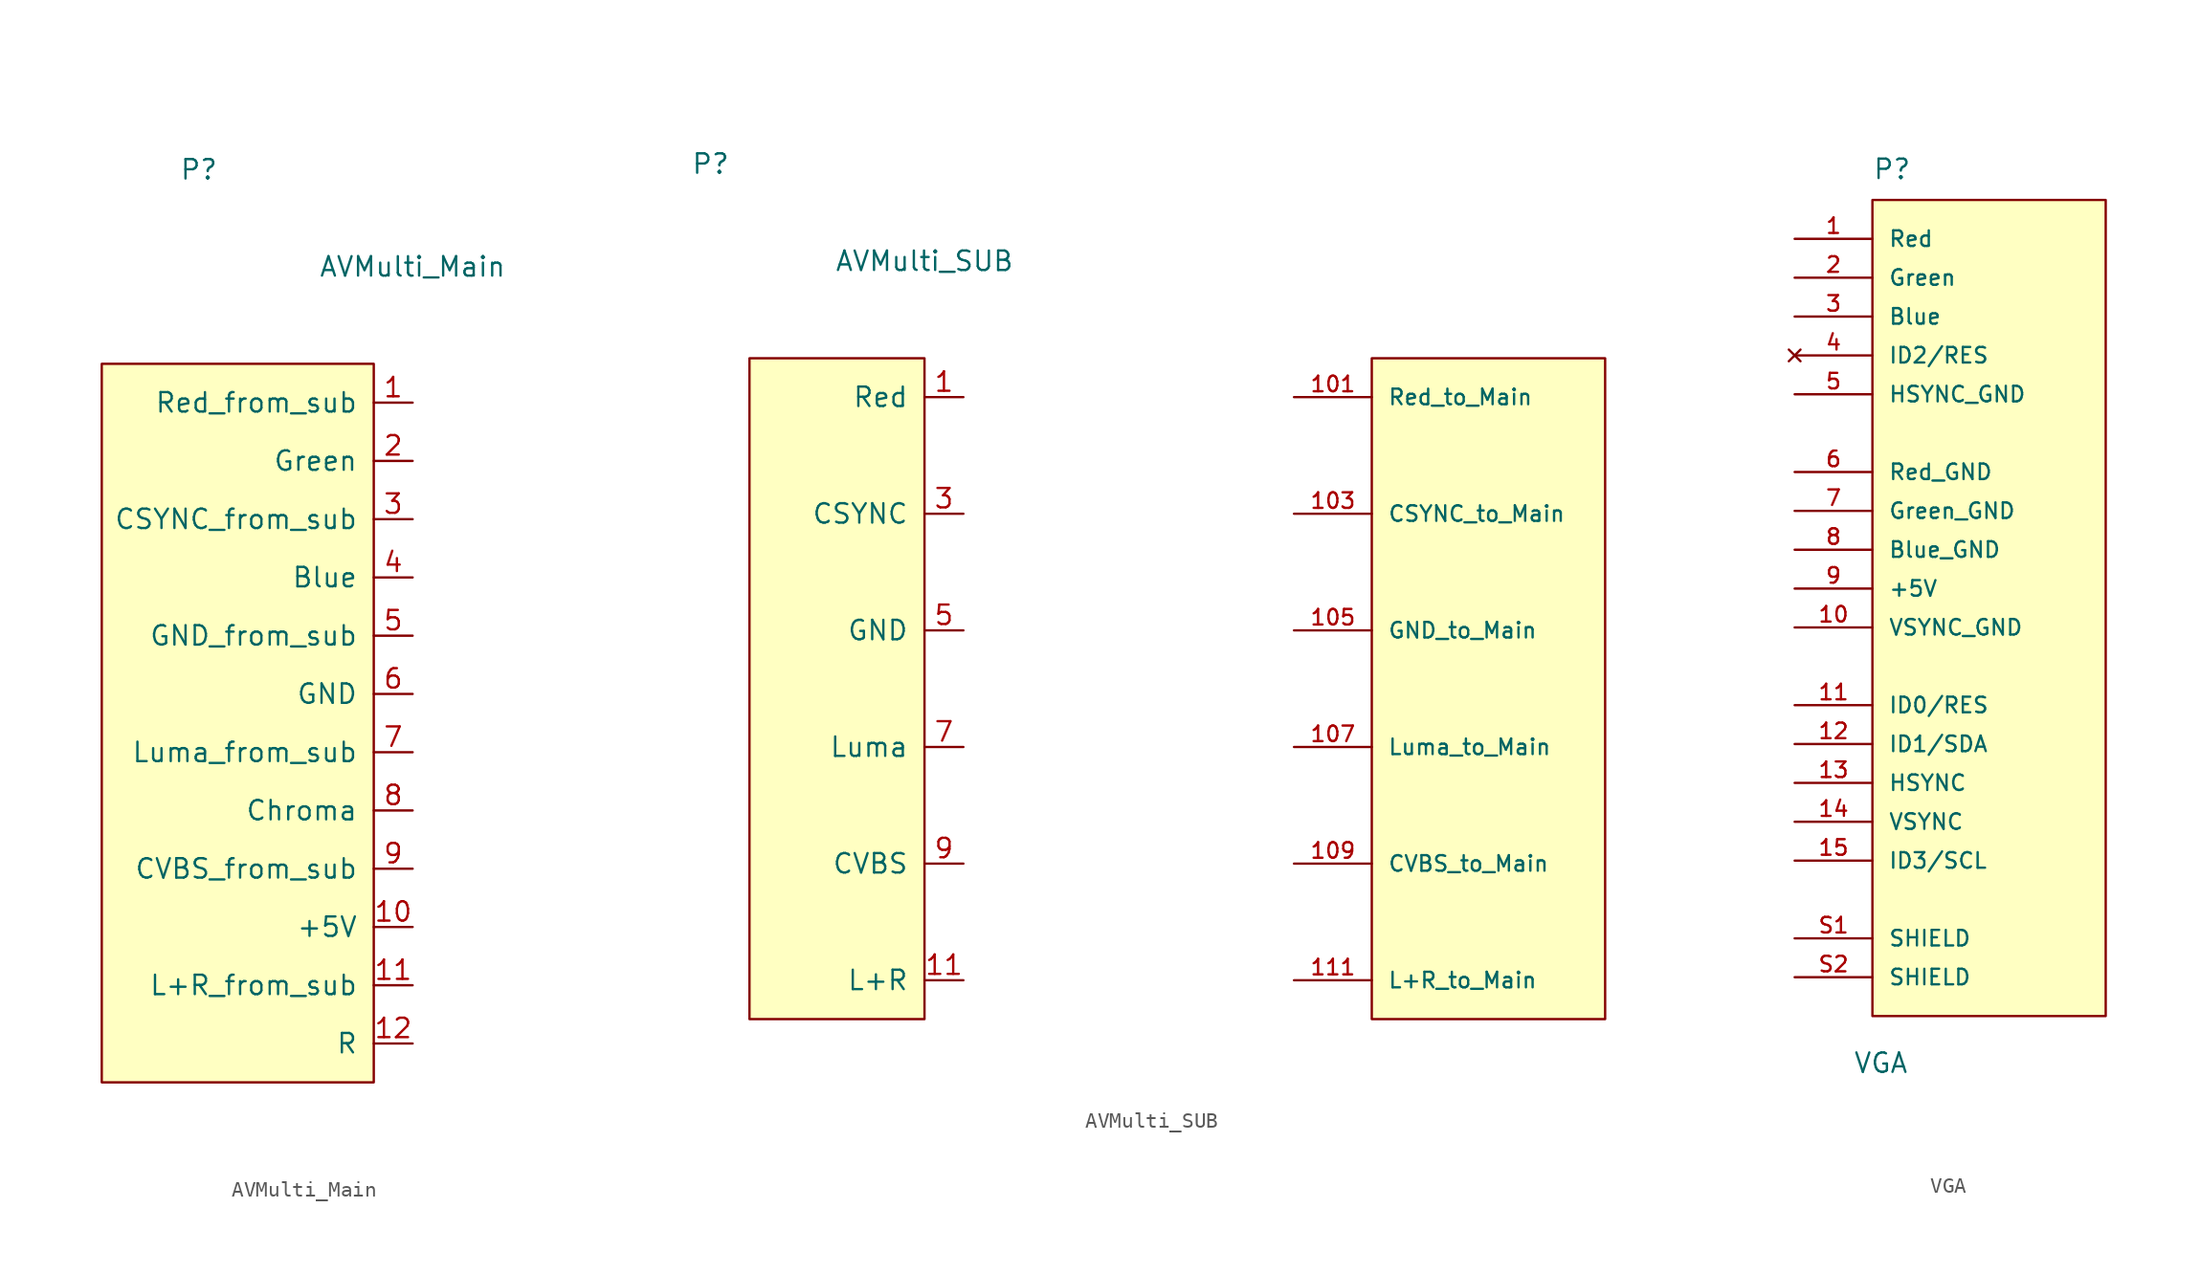
<source format=kicad_sym>
(kicad_symbol_lib
  (version 20241209)
  (generator "kicad_symbol_editor")
  (generator_version "9.0")
  (symbol "AVMulti_Main"
    (pin_names
      (offset 1.016))
    (property "Reference" "P"
      (at -13.97 11.43 0)
      (effects (font (size 1.27 1.27))))
    (property "Value" "AVMulti_Main"
      (at 0 5.08 0)
      (effects (font (size 1.27 1.27))))
    (symbol "AVMulti_Main_0_1"
      (rectangle (start -20.32 -1.27) (end -2.54 -48.26) (stroke (width 0) (type solid)) (fill (type background))))
    (symbol "AVMulti_Main_1_1"
      (pin output line (at 0 -3.81 180) (length 2.54) (name "Red_from_sub" (effects (font (size 1.27 1.27)))) (number "1" (effects (font (size 1.27 1.27)))))
      (pin output line (at 0 -7.62 180) (length 2.54) (name "Green" (effects (font (size 1.27 1.27)))) (number "2" (effects (font (size 1.27 1.27)))))
      (pin output line (at 0 -11.43 180) (length 2.54) (name "CSYNC_from_sub" (effects (font (size 1.27 1.27)))) (number "3" (effects (font (size 1.27 1.27)))))
      (pin output line (at 0 -15.24 180) (length 2.54) (name "Blue" (effects (font (size 1.27 1.27)))) (number "4" (effects (font (size 1.27 1.27)))))
      (pin power_out line (at 0 -19.05 180) (length 2.54) (name "GND_from_sub" (effects (font (size 1.27 1.27)))) (number "5" (effects (font (size 1.27 1.27)))))
      (pin power_out line (at 0 -22.86 180) (length 2.54) (name "GND" (effects (font (size 1.27 1.27)))) (number "6" (effects (font (size 1.27 1.27)))))
      (pin output line (at 0 -26.67 180) (length 2.54) (name "Luma_from_sub" (effects (font (size 1.27 1.27)))) (number "7" (effects (font (size 1.27 1.27)))))
      (pin output line (at 0 -30.48 180) (length 2.54) (name "Chroma" (effects (font (size 1.27 1.27)))) (number "8" (effects (font (size 1.27 1.27)))))
      (pin output line (at 0 -34.29 180) (length 2.54) (name "CVBS_from_sub" (effects (font (size 1.27 1.27)))) (number "9" (effects (font (size 1.27 1.27)))))
      (pin power_out line (at 0 -38.1 180) (length 2.54) (name "+5V" (effects (font (size 1.27 1.27)))) (number "10" (effects (font (size 1.27 1.27)))))
      (pin output line (at 0 -41.91 180) (length 2.54) (name "L+R_from_sub" (effects (font (size 1.27 1.27)))) (number "11" (effects (font (size 1.27 1.27)))))
      (pin output line (at 0 -45.72 180) (length 2.54) (name "R" (effects (font (size 1.27 1.27)))) (number "12" (effects (font (size 1.27 1.27)))))))
  (symbol "AVMulti_SUB"
    (pin_names
      (offset 1.016))
    (property "Reference" "P"
      (at -13.97 11.43 0)
      (effects (font (size 1.27 1.27))))
    (property "Value" "AVMulti_SUB"
      (at 0 5.08 0)
      (effects (font (size 1.27 1.27))))
    (symbol "AVMulti_SUB_0_0"
      (pin output line (at 24.13 -3.81 0) (length 5.08) (name "Red_to_Main" (effects (font (size 1.016 1.016)))) (number "101" (effects (font (size 1.016 1.016)))))
      (pin output line (at 24.13 -11.43 0) (length 5.08) (name "CSYNC_to_Main" (effects (font (size 1.016 1.016)))) (number "103" (effects (font (size 1.016 1.016)))))
      (pin power_out line (at 24.13 -19.05 0) (length 5.08) (name "GND_to_Main" (effects (font (size 1.016 1.016)))) (number "105" (effects (font (size 1.016 1.016)))))
      (pin output line (at 24.13 -26.67 0) (length 5.08) (name "Luma_to_Main" (effects (font (size 1.016 1.016)))) (number "107" (effects (font (size 1.016 1.016)))))
      (pin output line (at 24.13 -34.29 0) (length 5.08) (name "CVBS_to_Main" (effects (font (size 1.016 1.016)))) (number "109" (effects (font (size 1.016 1.016)))))
      (pin output line (at 24.13 -41.91 0) (length 5.08) (name "L+R_to_Main" (effects (font (size 1.016 1.016)))) (number "111" (effects (font (size 1.016 1.016))))))
    (symbol "AVMulti_SUB_0_1"
      (rectangle (start -11.43 -1.27) (end 0 -44.45) (stroke (width 0) (type solid)) (fill (type background)))
      (rectangle (start 29.21 -1.27) (end 44.45 -44.45) (stroke (width 0) (type solid)) (fill (type background))))
    (symbol "AVMulti_SUB_1_1"
      (pin input line (at 2.54 -3.81 180) (length 2.54) (name "Red" (effects (font (size 1.27 1.27)))) (number "1" (effects (font (size 1.27 1.27)))))
      (pin input line (at 2.54 -11.43 180) (length 2.54) (name "CSYNC" (effects (font (size 1.27 1.27)))) (number "3" (effects (font (size 1.27 1.27)))))
      (pin power_in line (at 2.54 -19.05 180) (length 2.54) (name "GND" (effects (font (size 1.27 1.27)))) (number "5" (effects (font (size 1.27 1.27)))))
      (pin input line (at 2.54 -26.67 180) (length 2.54) (name "Luma" (effects (font (size 1.27 1.27)))) (number "7" (effects (font (size 1.27 1.27)))))
      (pin input line (at 2.54 -34.29 180) (length 2.54) (name "CVBS" (effects (font (size 1.27 1.27)))) (number "9" (effects (font (size 1.27 1.27)))))
      (pin input line (at 2.54 -41.91 180) (length 2.54) (name "L+R" (effects (font (size 1.27 1.27)))) (number "11" (effects (font (size 1.27 1.27)))))))
  (symbol "VGA"
    (pin_names
      (offset 1.016))
    (property "Reference" "P"
      (at -7.62 26.67 0)
      (effects (font (size 1.27 1.27)) (justify left bottom)))
    (property "Value" "VGA"
      (at -8.89 -31.75 0)
      (effects (font (size 1.27 1.27)) (justify left bottom)))
    (symbol "VGA_0_0"
      (rectangle (start -7.62 -27.94) (end 7.62 25.4) (stroke (width 0.152) (type solid)) (fill (type background)))
      (pin passive line (at -12.7 22.86 0) (length 5.08) (name "Red" (effects (font (size 1.016 1.016)))) (number "1" (effects (font (size 1.016 1.016)))))
      (pin passive line (at -12.7 20.32 0) (length 5.08) (name "Green" (effects (font (size 1.016 1.016)))) (number "2" (effects (font (size 1.016 1.016)))))
      (pin passive line (at -12.7 17.78 0) (length 5.08) (name "Blue" (effects (font (size 1.016 1.016)))) (number "3" (effects (font (size 1.016 1.016)))))
      (pin no_connect line (at -12.7 15.24 0) (length 5.08) (name "ID2/RES" (effects (font (size 1.016 1.016)))) (number "4" (effects (font (size 1.016 1.016)))))
      (pin passive line (at -12.7 12.7 0) (length 5.08) (name "HSYNC_GND" (effects (font (size 1.016 1.016)))) (number "5" (effects (font (size 1.016 1.016)))))
      (pin passive line (at -12.7 7.62 0) (length 5.08) (name "Red_GND" (effects (font (size 1.016 1.016)))) (number "6" (effects (font (size 1.016 1.016)))))
      (pin passive line (at -12.7 5.08 0) (length 5.08) (name "Green_GND" (effects (font (size 1.016 1.016)))) (number "7" (effects (font (size 1.016 1.016)))))
      (pin passive line (at -12.7 2.54 0) (length 5.08) (name "Blue_GND" (effects (font (size 1.016 1.016)))) (number "8" (effects (font (size 1.016 1.016)))))
      (pin passive line (at -12.7 0 0) (length 5.08) (name "+5V" (effects (font (size 1.016 1.016)))) (number "9" (effects (font (size 1.016 1.016)))))
      (pin passive line (at -12.7 -2.54 0) (length 5.08) (name "VSYNC_GND" (effects (font (size 1.016 1.016)))) (number "10" (effects (font (size 1.016 1.016)))))
      (pin passive line (at -12.7 -7.62 0) (length 5.08) (name "ID0/RES" (effects (font (size 1.016 1.016)))) (number "11" (effects (font (size 1.016 1.016)))))
      (pin passive line (at -12.7 -10.16 0) (length 5.08) (name "ID1/SDA" (effects (font (size 1.016 1.016)))) (number "12" (effects (font (size 1.016 1.016)))))
      (pin passive line (at -12.7 -12.7 0) (length 5.08) (name "HSYNC" (effects (font (size 1.016 1.016)))) (number "13" (effects (font (size 1.016 1.016)))))
      (pin passive line (at -12.7 -15.24 0) (length 5.08) (name "VSYNC" (effects (font (size 1.016 1.016)))) (number "14" (effects (font (size 1.016 1.016)))))
      (pin passive line (at -12.7 -17.78 0) (length 5.08) (name "ID3/SCL" (effects (font (size 1.016 1.016)))) (number "15" (effects (font (size 1.016 1.016)))))
      (pin passive line (at -12.7 -22.86 0) (length 5.08) (name "SHIELD" (effects (font (size 1.016 1.016)))) (number "S1" (effects (font (size 1.016 1.016)))))
      (pin passive line (at -12.7 -25.4 0) (length 5.08) (name "SHIELD" (effects (font (size 1.016 1.016)))) (number "S2" (effects (font (size 1.016 1.016))))))))
</source>
